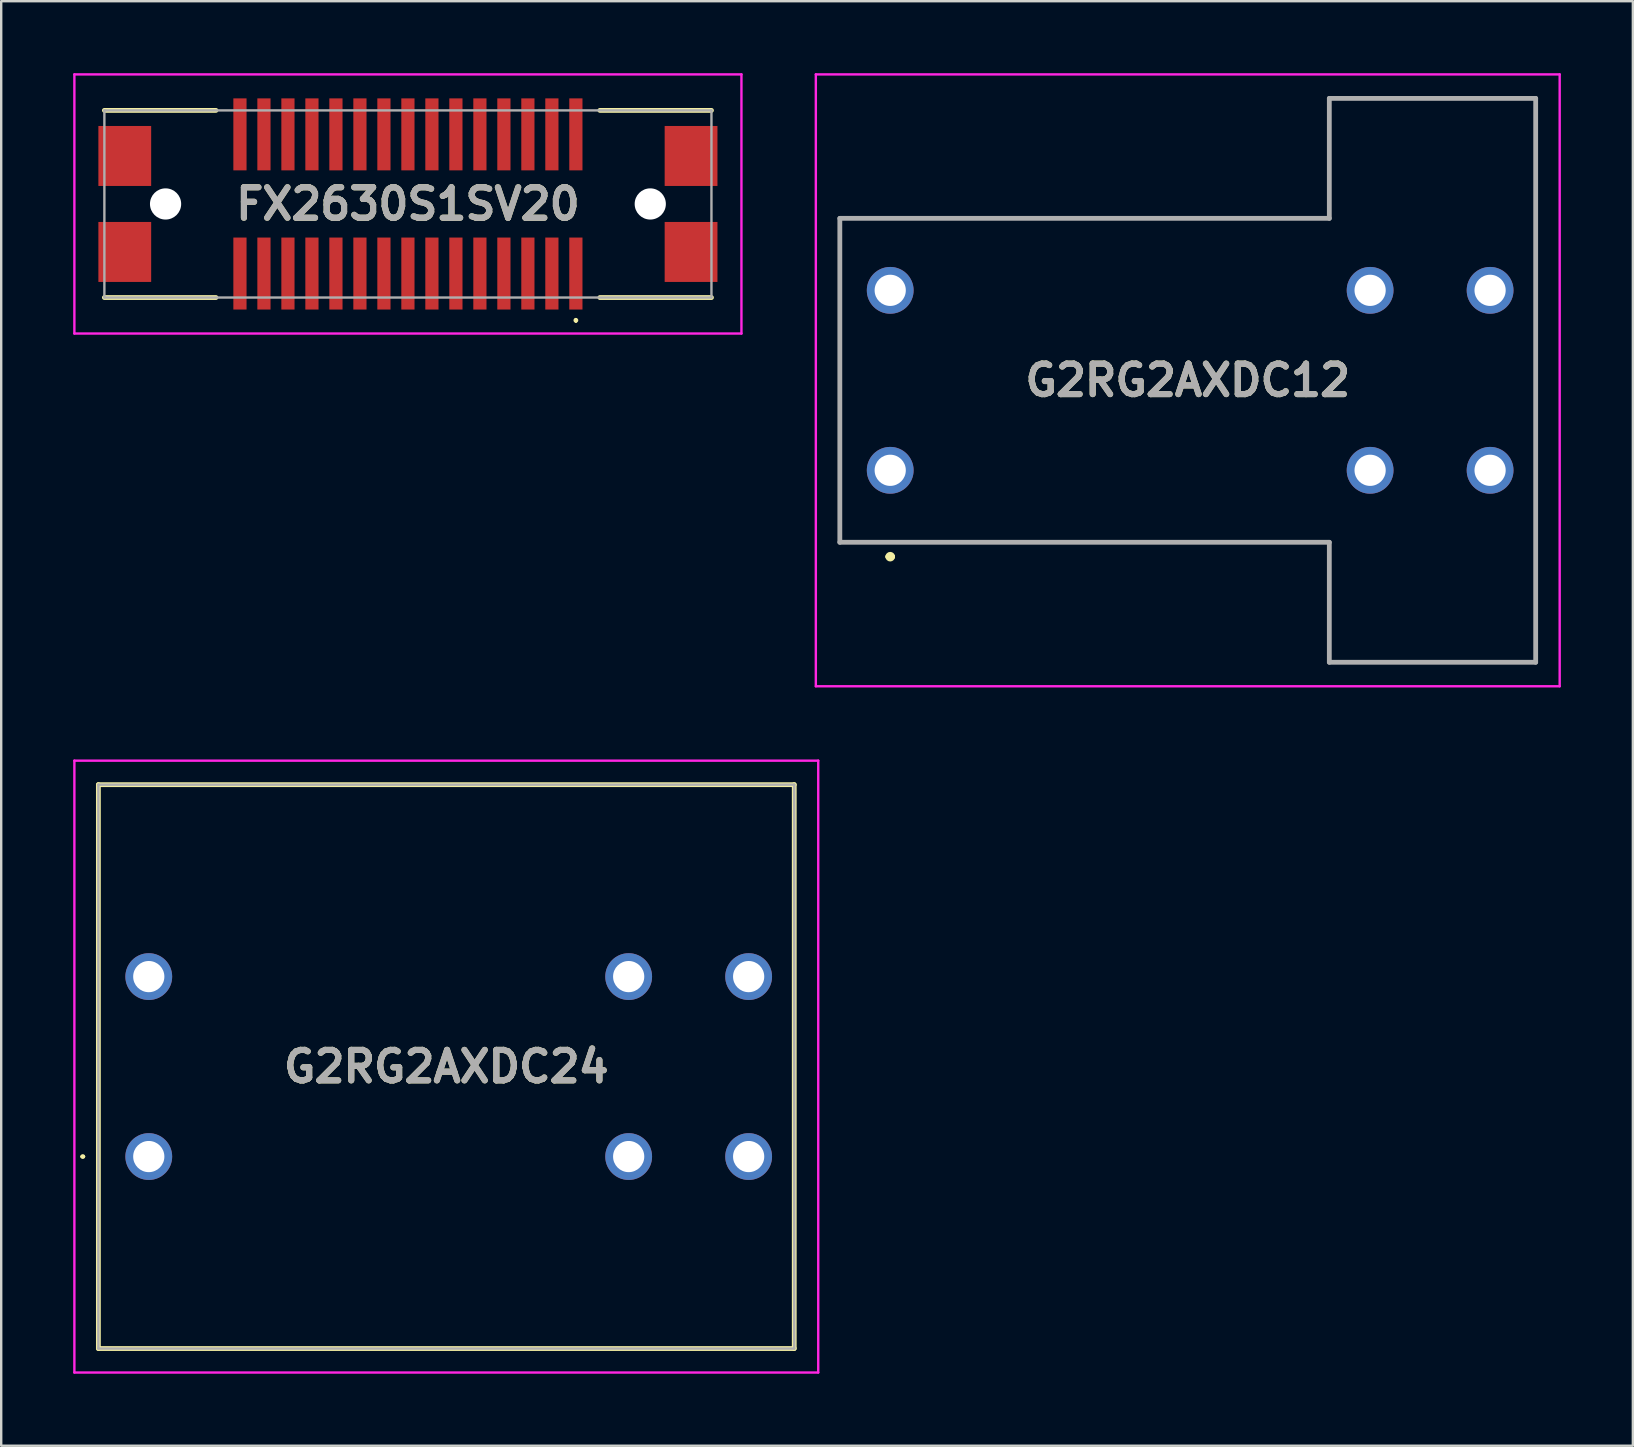
<source format=kicad_pcb>
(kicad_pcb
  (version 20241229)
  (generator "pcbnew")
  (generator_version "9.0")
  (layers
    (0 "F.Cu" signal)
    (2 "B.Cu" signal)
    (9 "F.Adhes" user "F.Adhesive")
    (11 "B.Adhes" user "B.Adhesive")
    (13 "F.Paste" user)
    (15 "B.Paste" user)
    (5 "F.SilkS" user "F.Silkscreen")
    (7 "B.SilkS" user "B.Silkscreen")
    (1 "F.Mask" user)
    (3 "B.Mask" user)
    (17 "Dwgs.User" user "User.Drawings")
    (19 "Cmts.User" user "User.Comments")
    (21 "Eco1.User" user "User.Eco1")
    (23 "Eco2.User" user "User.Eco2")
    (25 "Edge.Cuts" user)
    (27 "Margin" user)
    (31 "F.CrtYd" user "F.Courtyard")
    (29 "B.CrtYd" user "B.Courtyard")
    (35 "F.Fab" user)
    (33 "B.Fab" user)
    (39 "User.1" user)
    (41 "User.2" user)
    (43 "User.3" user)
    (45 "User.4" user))
  (footprint "FX2630S1SV20"
    (layer "F.Cu")
    (at 13.95 5.45)
    (property "Reference" "FX2630S1SV20" (at 0 0 0) (layer "F.SilkS") (effects (font (size 1.27 1.27) (thickness 0.254))))
    (attr through_hole)
    (fp_line (start -12.65 -3.9) (end -8 -3.9) (stroke (width 0.2) (type solid)) (layer "F.SilkS"))
    (fp_line (start -12.65 3.9) (end -8 3.9) (stroke (width 0.2) (type solid)) (layer "F.SilkS"))
    (fp_line (start 7 4.8) (end 7 4.8) (stroke (width 0.1) (type solid)) (layer "F.SilkS"))
    (fp_line (start 7 4.9) (end 7 4.9) (stroke (width 0.1) (type solid)) (layer "F.SilkS"))
    (fp_line (start 8 -3.9) (end 12.65 -3.9) (stroke (width 0.2) (type solid)) (layer "F.SilkS"))
    (fp_line (start 8 3.9) (end 12.65 3.9) (stroke (width 0.2) (type solid)) (layer "F.SilkS"))
    (fp_arc (start 7 4.8) (mid 7.05 4.85) (end 7 4.9) (stroke (width 0.1) (type solid)) (layer "F.SilkS"))
    (fp_arc (start 7 4.9) (mid 6.95 4.85) (end 7 4.8) (stroke (width 0.1) (type solid)) (layer "F.SilkS"))
    (fp_line (start -13.9 -5.4) (end 13.9 -5.4) (stroke (width 0.1) (type solid)) (layer "F.CrtYd"))
    (fp_line (start -13.9 5.4) (end -13.9 -5.4) (stroke (width 0.1) (type solid)) (layer "F.CrtYd"))
    (fp_line (start 13.9 -5.4) (end 13.9 5.4) (stroke (width 0.1) (type solid)) (layer "F.CrtYd"))
    (fp_line (start 13.9 5.4) (end -13.9 5.4) (stroke (width 0.1) (type solid)) (layer "F.CrtYd"))
    (fp_line (start -12.65 -3.9) (end 12.65 -3.9) (stroke (width 0.1) (type solid)) (layer "F.Fab"))
    (fp_line (start -12.65 3.9) (end -12.65 -3.9) (stroke (width 0.1) (type solid)) (layer "F.Fab"))
    (fp_line (start 12.65 -3.9) (end 12.65 3.9) (stroke (width 0.1) (type solid)) (layer "F.Fab"))
    (fp_line (start 12.65 3.9) (end -12.65 3.9) (stroke (width 0.1) (type solid)) (layer "F.Fab"))
    (fp_text user "${REFERENCE}" (at 0 0 0) (layer "F.Fab") (effects (font (size 1.27 1.27) (thickness 0.254))))
    (pad "" np_thru_hole circle (at -10.1 0) (size 1.3 1.3) (drill 1.3) (layers "*.Cu" "*.Mask"))
    (pad "" np_thru_hole circle (at 10.1 0) (size 1.3 1.3) (drill 1.3) (layers "*.Cu" "*.Mask"))
    (pad "1" smd rect (at 7 2.9) (size 0.55 3) (layers "F.Cu" "F.Mask" "F.Paste"))
    (pad "2" smd rect (at 7 -2.9) (size 0.55 3) (layers "F.Cu" "F.Mask" "F.Paste"))
    (pad "3" smd rect (at 6 2.9) (size 0.55 3) (layers "F.Cu" "F.Mask" "F.Paste"))
    (pad "4" smd rect (at 6 -2.9) (size 0.55 3) (layers "F.Cu" "F.Mask" "F.Paste"))
    (pad "5" smd rect (at 5 2.9) (size 0.55 3) (layers "F.Cu" "F.Mask" "F.Paste"))
    (pad "6" smd rect (at 5 -2.9) (size 0.55 3) (layers "F.Cu" "F.Mask" "F.Paste"))
    (pad "7" smd rect (at 4 2.9) (size 0.55 3) (layers "F.Cu" "F.Mask" "F.Paste"))
    (pad "8" smd rect (at 4 -2.9) (size 0.55 3) (layers "F.Cu" "F.Mask" "F.Paste"))
    (pad "9" smd rect (at 3 2.9) (size 0.55 3) (layers "F.Cu" "F.Mask" "F.Paste"))
    (pad "10" smd rect (at 3 -2.9) (size 0.55 3) (layers "F.Cu" "F.Mask" "F.Paste"))
    (pad "11" smd rect (at 2 2.9) (size 0.55 3) (layers "F.Cu" "F.Mask" "F.Paste"))
    (pad "12" smd rect (at 2 -2.9) (size 0.55 3) (layers "F.Cu" "F.Mask" "F.Paste"))
    (pad "13" smd rect (at 1 2.9) (size 0.55 3) (layers "F.Cu" "F.Mask" "F.Paste"))
    (pad "14" smd rect (at 1 -2.9) (size 0.55 3) (layers "F.Cu" "F.Mask" "F.Paste"))
    (pad "15" smd rect (at 0 2.9) (size 0.55 3) (layers "F.Cu" "F.Mask" "F.Paste"))
    (pad "16" smd rect (at 0 -2.9) (size 0.55 3) (layers "F.Cu" "F.Mask" "F.Paste"))
    (pad "17" smd rect (at -1 2.9) (size 0.55 3) (layers "F.Cu" "F.Mask" "F.Paste"))
    (pad "18" smd rect (at -1 -2.9) (size 0.55 3) (layers "F.Cu" "F.Mask" "F.Paste"))
    (pad "19" smd rect (at -2 2.9) (size 0.55 3) (layers "F.Cu" "F.Mask" "F.Paste"))
    (pad "20" smd rect (at -2 -2.9) (size 0.55 3) (layers "F.Cu" "F.Mask" "F.Paste"))
    (pad "21" smd rect (at -3 2.9) (size 0.55 3) (layers "F.Cu" "F.Mask" "F.Paste"))
    (pad "22" smd rect (at -3 -2.9) (size 0.55 3) (layers "F.Cu" "F.Mask" "F.Paste"))
    (pad "23" smd rect (at -4 2.9) (size 0.55 3) (layers "F.Cu" "F.Mask" "F.Paste"))
    (pad "24" smd rect (at -4 -2.9) (size 0.55 3) (layers "F.Cu" "F.Mask" "F.Paste"))
    (pad "25" smd rect (at -5 2.9) (size 0.55 3) (layers "F.Cu" "F.Mask" "F.Paste"))
    (pad "26" smd rect (at -5 -2.9) (size 0.55 3) (layers "F.Cu" "F.Mask" "F.Paste"))
    (pad "27" smd rect (at -6 2.9) (size 0.55 3) (layers "F.Cu" "F.Mask" "F.Paste"))
    (pad "28" smd rect (at -6 -2.9) (size 0.55 3) (layers "F.Cu" "F.Mask" "F.Paste"))
    (pad "29" smd rect (at -7 2.9) (size 0.55 3) (layers "F.Cu" "F.Mask" "F.Paste"))
    (pad "30" smd rect (at -7 -2.9) (size 0.55 3) (layers "F.Cu" "F.Mask" "F.Paste"))
    (pad "MP1" smd rect (at 11.8 2) (size 2.2 2.5) (layers "F.Cu" "F.Mask" "F.Paste"))
    (pad "MP2" smd rect (at 11.8 -2) (size 2.2 2.5) (layers "F.Cu" "F.Mask" "F.Paste"))
    (pad "MP3" smd rect (at -11.8 2) (size 2.2 2.5) (layers "F.Cu" "F.Mask" "F.Paste"))
    (pad "MP4" smd rect (at -11.8 -2) (size 2.2 2.5) (layers "F.Cu" "F.Mask" "F.Paste")))
  (footprint "G2RG2AXDC12"
    (layer "F.Cu")
    (at 34.05 16.55)
    (property "Reference" "G2RG2AXDC12" (at 12.4 -3.75 0) (layer "F.SilkS") (effects (font (size 1.27 1.27) (thickness 0.254))))
    (attr through_hole)
    (fp_line (start -2.1 -10.5) (end -2.1 3) (stroke (width 0.1) (type solid)) (layer "F.SilkS"))
    (fp_line (start -2.1 3) (end 18.3 3) (stroke (width 0.1) (type solid)) (layer "F.SilkS"))
    (fp_line (start -0.1 3.6) (end -0.1 3.6) (stroke (width 0.2) (type solid)) (layer "F.SilkS"))
    (fp_line (start 0.1 3.6) (end 0.1 3.6) (stroke (width 0.2) (type solid)) (layer "F.SilkS"))
    (fp_line (start 18.3 -15.5) (end 18.3 -10.5) (stroke (width 0.1) (type solid)) (layer "F.SilkS"))
    (fp_line (start 18.3 -10.5) (end -2.1 -10.5) (stroke (width 0.1) (type solid)) (layer "F.SilkS"))
    (fp_line (start 18.3 3) (end 18.3 8) (stroke (width 0.1) (type solid)) (layer "F.SilkS"))
    (fp_line (start 18.3 8) (end 26.9 8) (stroke (width 0.1) (type solid)) (layer "F.SilkS"))
    (fp_line (start 26.9 -15.5) (end 18.3 -15.5) (stroke (width 0.1) (type solid)) (layer "F.SilkS"))
    (fp_line (start 26.9 8) (end 26.9 -15.5) (stroke (width 0.1) (type solid)) (layer "F.SilkS"))
    (fp_arc (start -0.1 3.6) (mid 0 3.5) (end 0.1 3.6) (stroke (width 0.2) (type solid)) (layer "F.SilkS"))
    (fp_arc (start 0.1 3.6) (mid 0 3.7) (end -0.1 3.6) (stroke (width 0.2) (type solid)) (layer "F.SilkS"))
    (fp_line (start -3.1 -16.5) (end 27.9 -16.5) (stroke (width 0.1) (type solid)) (layer "F.CrtYd"))
    (fp_line (start -3.1 9) (end -3.1 -16.5) (stroke (width 0.1) (type solid)) (layer "F.CrtYd"))
    (fp_line (start 27.9 -16.5) (end 27.9 9) (stroke (width 0.1) (type solid)) (layer "F.CrtYd"))
    (fp_line (start 27.9 9) (end -3.1 9) (stroke (width 0.1) (type solid)) (layer "F.CrtYd"))
    (fp_line (start -2.1 -10.5) (end -2.1 3) (stroke (width 0.2) (type solid)) (layer "F.Fab"))
    (fp_line (start -2.1 3) (end 18.3 3) (stroke (width 0.2) (type solid)) (layer "F.Fab"))
    (fp_line (start 18.3 -15.5) (end 18.3 -10.5) (stroke (width 0.2) (type solid)) (layer "F.Fab"))
    (fp_line (start 18.3 -10.5) (end -2.1 -10.5) (stroke (width 0.2) (type solid)) (layer "F.Fab"))
    (fp_line (start 18.3 3) (end 18.3 8) (stroke (width 0.2) (type solid)) (layer "F.Fab"))
    (fp_line (start 18.3 8) (end 26.9 8) (stroke (width 0.2) (type solid)) (layer "F.Fab"))
    (fp_line (start 26.9 -15.5) (end 18.3 -15.5) (stroke (width 0.2) (type solid)) (layer "F.Fab"))
    (fp_line (start 26.9 8) (end 26.9 -15.5) (stroke (width 0.2) (type solid)) (layer "F.Fab"))
    (fp_text user "${REFERENCE}" (at 12.4 -3.75 0) (layer "F.Fab") (effects (font (size 1.27 1.27) (thickness 0.254))))
    (pad "1" thru_hole circle (at 0 0) (size 1.95 1.95) (drill 1.3) (layers "*.Cu" "*.Mask"))
    (pad "3" thru_hole circle (at 20 0) (size 1.95 1.95) (drill 1.3) (layers "*.Cu" "*.Mask"))
    (pad "4" thru_hole circle (at 25 0) (size 1.95 1.95) (drill 1.3) (layers "*.Cu" "*.Mask"))
    (pad "5" thru_hole circle (at 25 -7.5) (size 1.95 1.95) (drill 1.3) (layers "*.Cu" "*.Mask"))
    (pad "6" thru_hole circle (at 20 -7.5) (size 1.95 1.95) (drill 1.3) (layers "*.Cu" "*.Mask"))
    (pad "8" thru_hole circle (at 0 -7.5) (size 1.95 1.95) (drill 1.3) (layers "*.Cu" "*.Mask")))
  (footprint "G2RG2AXDC24"
    (layer "F.Cu")
    (at 3.15 45.15)
    (property "Reference" "G2RG2AXDC24" (at 12.4 -3.75 0) (layer "F.SilkS") (effects (font (size 1.27 1.27) (thickness 0.254))))
    (attr through_hole)
    (fp_line (start -2.8 0) (end -2.8 0) (stroke (width 0.1) (type solid)) (layer "F.SilkS"))
    (fp_line (start -2.7 0) (end -2.7 0) (stroke (width 0.1) (type solid)) (layer "F.SilkS"))
    (fp_line (start -2.1 -15.5) (end -2.1 8) (stroke (width 0.2) (type solid)) (layer "F.SilkS"))
    (fp_line (start -2.1 8) (end 26.9 8) (stroke (width 0.2) (type solid)) (layer "F.SilkS"))
    (fp_line (start 26.9 -15.5) (end -2.1 -15.5) (stroke (width 0.2) (type solid)) (layer "F.SilkS"))
    (fp_line (start 26.9 8) (end 26.9 -15.5) (stroke (width 0.2) (type solid)) (layer "F.SilkS"))
    (fp_arc (start -2.8 0) (mid -2.75 -0.05) (end -2.7 0) (stroke (width 0.1) (type solid)) (layer "F.SilkS"))
    (fp_arc (start -2.7 0) (mid -2.75 0.05) (end -2.8 0) (stroke (width 0.1) (type solid)) (layer "F.SilkS"))
    (fp_line (start -3.1 -16.5) (end -3.1 9) (stroke (width 0.1) (type solid)) (layer "F.CrtYd"))
    (fp_line (start -3.1 9) (end 27.9 9) (stroke (width 0.1) (type solid)) (layer "F.CrtYd"))
    (fp_line (start 27.9 -16.5) (end -3.1 -16.5) (stroke (width 0.1) (type solid)) (layer "F.CrtYd"))
    (fp_line (start 27.9 9) (end 27.9 -16.5) (stroke (width 0.1) (type solid)) (layer "F.CrtYd"))
    (fp_line (start -2.1 -15.5) (end -2.1 8) (stroke (width 0.1) (type solid)) (layer "F.Fab"))
    (fp_line (start -2.1 8) (end 26.9 8) (stroke (width 0.1) (type solid)) (layer "F.Fab"))
    (fp_line (start 26.9 -15.5) (end -2.1 -15.5) (stroke (width 0.1) (type solid)) (layer "F.Fab"))
    (fp_line (start 26.9 8) (end 26.9 -15.5) (stroke (width 0.1) (type solid)) (layer "F.Fab"))
    (fp_text user "${REFERENCE}" (at 12.4 -3.75 0) (layer "F.Fab") (effects (font (size 1.27 1.27) (thickness 0.254))))
    (pad "1" thru_hole circle (at 0 0) (size 1.95 1.95) (drill 1.3) (layers "*.Cu" "*.Mask"))
    (pad "3" thru_hole circle (at 20 0) (size 1.95 1.95) (drill 1.3) (layers "*.Cu" "*.Mask"))
    (pad "4" thru_hole circle (at 25 0) (size 1.95 1.95) (drill 1.3) (layers "*.Cu" "*.Mask"))
    (pad "5" thru_hole circle (at 25 -7.5) (size 1.95 1.95) (drill 1.3) (layers "*.Cu" "*.Mask"))
    (pad "6" thru_hole circle (at 20 -7.5) (size 1.95 1.95) (drill 1.3) (layers "*.Cu" "*.Mask"))
    (pad "8" thru_hole circle (at 0 -7.5) (size 1.95 1.95) (drill 1.3) (layers "*.Cu" "*.Mask")))
  (gr_rect
    (start -3 -3)
    (end 65 57.2)
    (stroke (width 0.1) (type default))
    (fill no)
    (layer "Edge.Cuts")))
</source>
